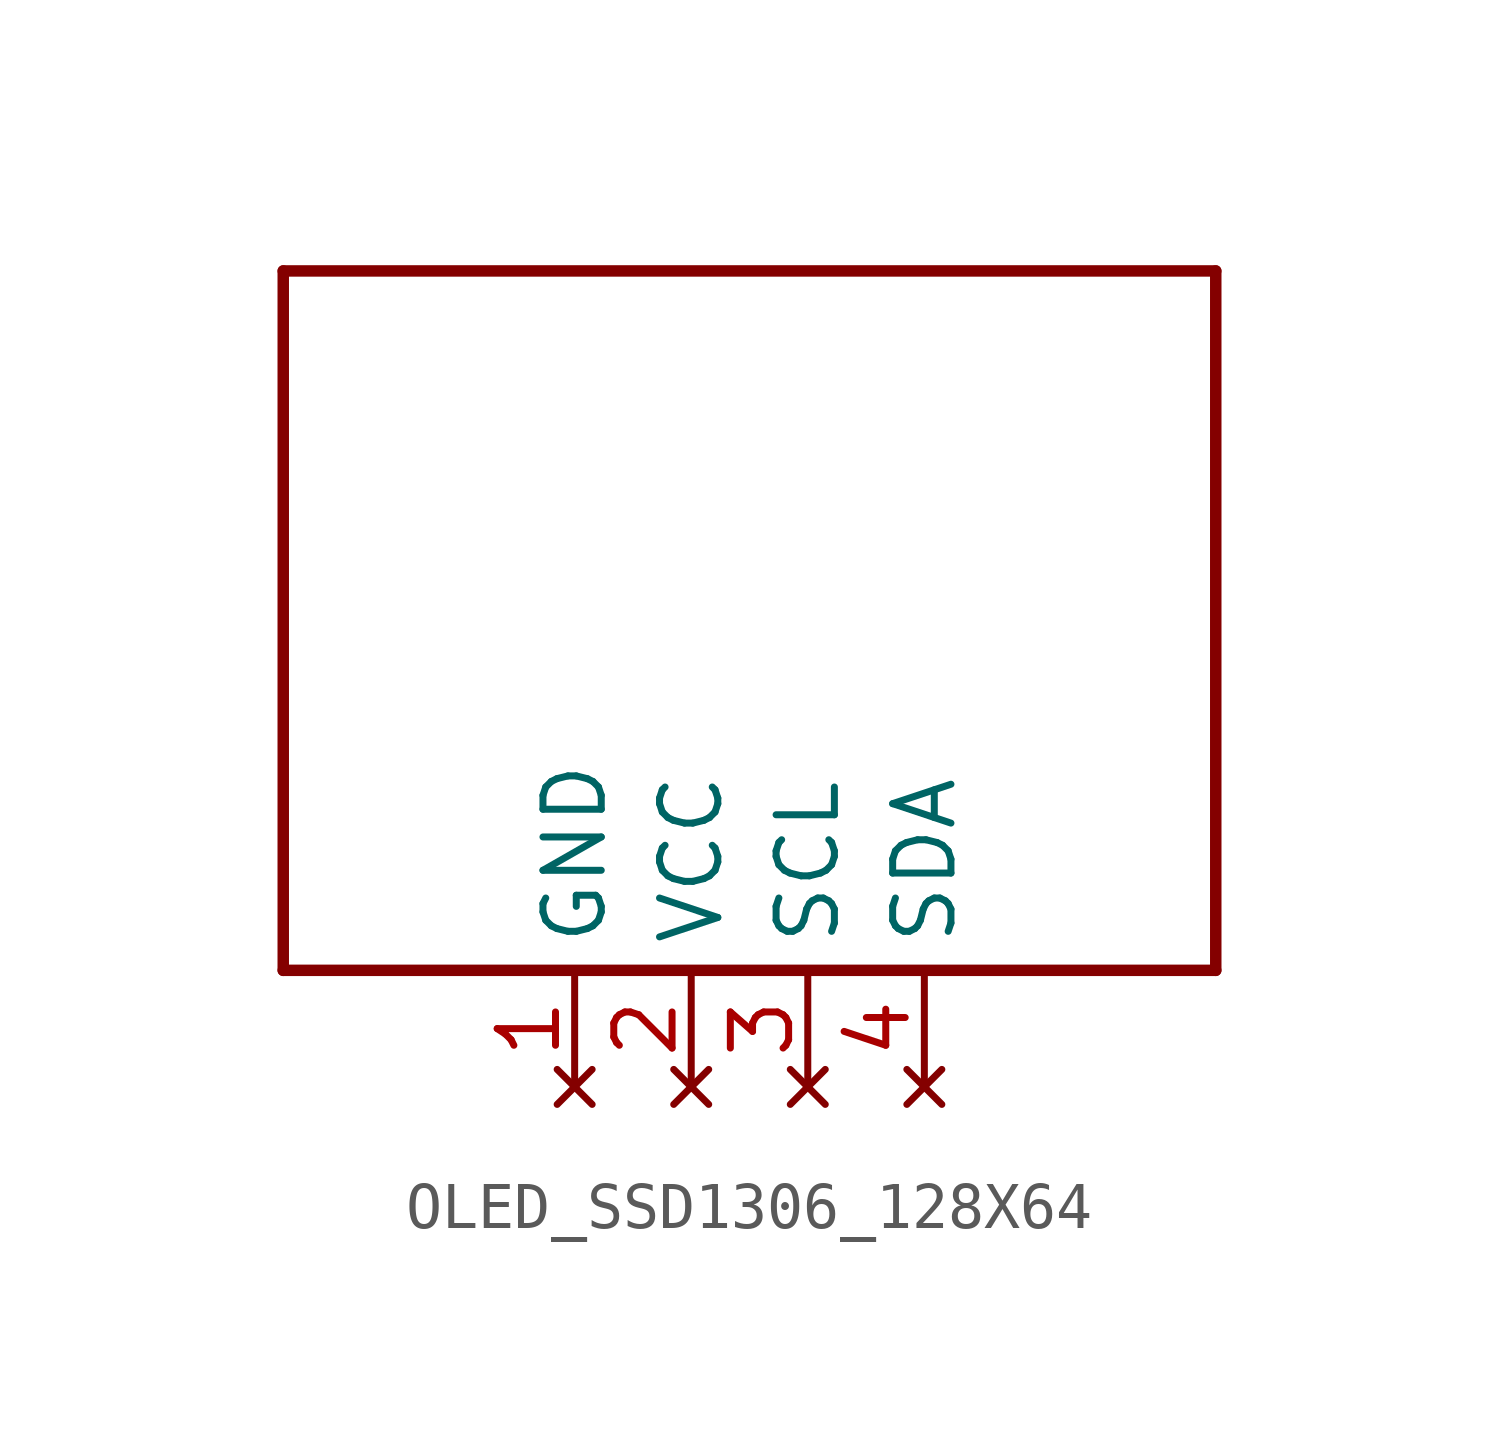
<source format=kicad_sym>
(kicad_symbol_lib
  (version 20231120)
  (generator "kicad_symbol_editor")
  (generator_version "8.0")
  (symbol "OLED_SSD1306_128X64"
    (property "Reference" "U"
      (at 0 0 0)
      (effects (font (size 1.27 1.27)) (hide yes)))
    (property "ki_locked" ""
      (at 0 0 0)
      (effects (font (size 1.27 1.27))))
    (symbol "OLED_SSD1306_128X64_1_0"
      (polyline (pts (xy -10.16 -7.62) (xy -10.16 7.62)) (stroke (width 0.25) (type solid)) (fill (type none)))
      (polyline (pts (xy -10.16 7.62) (xy 10.16 7.62)) (stroke (width 0.25) (type solid)) (fill (type none)))
      (polyline (pts (xy 10.16 -7.62) (xy -10.16 -7.62)) (stroke (width 0.25) (type solid)) (fill (type none)))
      (polyline (pts (xy 10.16 7.62) (xy 10.16 -7.62)) (stroke (width 0.25) (type solid)) (fill (type none)))
      (pin no_connect line (at -3.81 -10.16 90) (length 2.54) (name "GND" (effects (font (size 1.27 1.27)))) (number "1" (effects (font (size 1.27 1.27)))))
      (pin no_connect line (at -1.27 -10.16 90) (length 2.54) (name "VCC" (effects (font (size 1.27 1.27)))) (number "2" (effects (font (size 1.27 1.27)))))
      (pin no_connect line (at 1.27 -10.16 90) (length 2.54) (name "SCL" (effects (font (size 1.27 1.27)))) (number "3" (effects (font (size 1.27 1.27)))))
      (pin no_connect line (at 3.81 -10.16 90) (length 2.54) (name "SDA" (effects (font (size 1.27 1.27)))) (number "4" (effects (font (size 1.27 1.27))))))))
</source>
